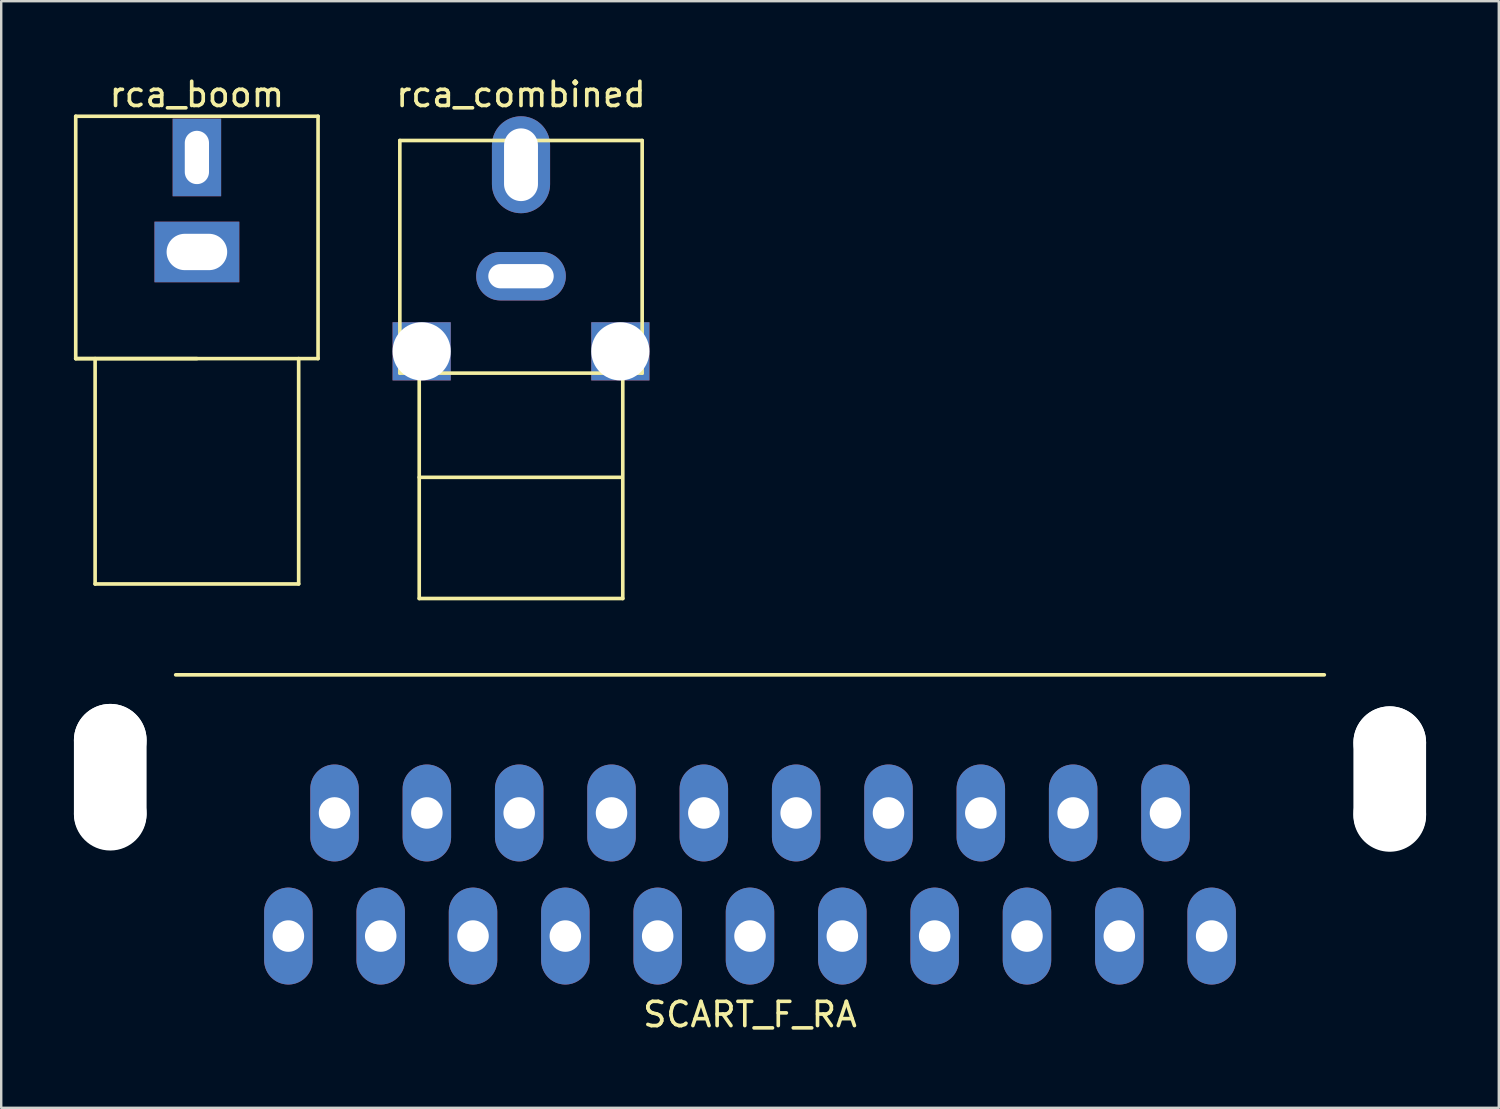
<source format=kicad_pcb>
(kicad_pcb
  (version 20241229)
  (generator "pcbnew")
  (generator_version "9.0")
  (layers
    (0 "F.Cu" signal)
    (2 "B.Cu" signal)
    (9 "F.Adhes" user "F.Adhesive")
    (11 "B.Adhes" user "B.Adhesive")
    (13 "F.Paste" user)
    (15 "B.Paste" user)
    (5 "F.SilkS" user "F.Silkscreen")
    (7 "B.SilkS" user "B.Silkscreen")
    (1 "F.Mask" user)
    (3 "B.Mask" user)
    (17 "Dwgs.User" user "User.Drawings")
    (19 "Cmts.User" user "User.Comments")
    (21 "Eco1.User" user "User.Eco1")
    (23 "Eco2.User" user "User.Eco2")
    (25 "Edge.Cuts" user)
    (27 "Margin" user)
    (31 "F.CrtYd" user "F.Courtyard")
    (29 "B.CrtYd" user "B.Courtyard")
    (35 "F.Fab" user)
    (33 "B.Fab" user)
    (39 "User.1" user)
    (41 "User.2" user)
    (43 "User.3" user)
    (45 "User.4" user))
  (footprint "SCART_F_RA"
    (layer "F.Cu")
    (at 27.9 30.498)
    (property "Reference" "SCART_F_RA" (at 0 8.319 0) (layer "F.SilkS") (effects (font (size 1 1) (thickness 0.15))))
    (attr through_hole)
    (fp_line (start -23.7 -5.7) (end 23.7 -5.7) (stroke (width 0.15) (type solid)) (layer "F.SilkS"))
    (pad "" np_thru_hole circle (at -26.4 -3) (size 3 3) (drill 3) (layers "*.Cu" "*.Mask"))
    (pad "" np_thru_hole oval (at -26.4 -1.5) (size 3 6) (drill oval 3 6) (layers "*.Cu" "*.Mask"))
    (pad "" np_thru_hole circle (at -26.4 0.05) (size 3 3) (drill 3) (layers "*.Cu" "*.Mask"))
    (pad "" np_thru_hole circle (at 26.4 -2.9) (size 3 3) (drill 3) (layers "*.Cu" "*.Mask"))
    (pad "" np_thru_hole oval (at 26.4 -1.4) (size 3 6) (drill oval 3 6) (layers "*.Cu" "*.Mask"))
    (pad "" np_thru_hole circle (at 26.4 0.05) (size 3 3) (drill 3) (layers "*.Cu" "*.Mask"))
    (pad "1" thru_hole oval (at -19.05 5.08) (size 2 4) (drill 1.3) (layers "*.Cu" "*.Mask"))
    (pad "2" thru_hole oval (at -17.145 0) (size 2 4) (drill 1.3) (layers "*.Cu" "*.Mask"))
    (pad "3" thru_hole oval (at -15.24 5.08) (size 2 4) (drill 1.3) (layers "*.Cu" "*.Mask"))
    (pad "4" thru_hole oval (at -13.335 0) (size 2 4) (drill 1.3) (layers "*.Cu" "*.Mask"))
    (pad "5" thru_hole oval (at -11.43 5.08) (size 2 4) (drill 1.3) (layers "*.Cu" "*.Mask"))
    (pad "6" thru_hole oval (at -9.525 0) (size 2 4) (drill 1.3) (layers "*.Cu" "*.Mask"))
    (pad "7" thru_hole oval (at -7.62 5.08) (size 2 4) (drill 1.3) (layers "*.Cu" "*.Mask"))
    (pad "8" thru_hole oval (at -5.715 0) (size 2 4) (drill 1.3) (layers "*.Cu" "*.Mask"))
    (pad "9" thru_hole oval (at -3.81 5.08) (size 2 4) (drill 1.3) (layers "*.Cu" "*.Mask"))
    (pad "10" thru_hole oval (at -1.905 0) (size 2 4) (drill 1.3) (layers "*.Cu" "*.Mask"))
    (pad "11" thru_hole oval (at 0 5.08) (size 2 4) (drill 1.3) (layers "*.Cu" "*.Mask"))
    (pad "12" thru_hole oval (at 1.905 0) (size 2 4) (drill 1.3) (layers "*.Cu" "*.Mask"))
    (pad "13" thru_hole oval (at 3.81 5.08) (size 2 4) (drill 1.3) (layers "*.Cu" "*.Mask"))
    (pad "14" thru_hole oval (at 5.715 0) (size 2 4) (drill 1.3) (layers "*.Cu" "*.Mask"))
    (pad "15" thru_hole oval (at 7.62 5.08) (size 2 4) (drill 1.3) (layers "*.Cu" "*.Mask"))
    (pad "16" thru_hole oval (at 9.525 0) (size 2 4) (drill 1.3) (layers "*.Cu" "*.Mask"))
    (pad "17" thru_hole oval (at 11.43 5.08) (size 2 4) (drill 1.3) (layers "*.Cu" "*.Mask"))
    (pad "18" thru_hole oval (at 13.335 0) (size 2 4) (drill 1.3) (layers "*.Cu" "*.Mask"))
    (pad "19" thru_hole oval (at 15.24 5.08) (size 2 4) (drill 1.3) (layers "*.Cu" "*.Mask"))
    (pad "20" thru_hole oval (at 17.145 0) (size 2 4) (drill 1.3) (layers "*.Cu" "*.Mask"))
    (pad "21" thru_hole oval (at 19.05 5.08) (size 2 4) (drill 1.3) (layers "*.Cu" "*.Mask")))
  (footprint "rca_boom"
    (layer "F.Cu")
    (at 5.075 7.348)
    (property "Reference" "rca_boom" (at 0 -6.5 0) (layer "F.SilkS") (effects (font (size 1 1) (thickness 0.15))))
    (attr through_hole)
    (fp_line (start -5 -5.6) (end -5 4.4) (stroke (width 0.15) (type solid)) (layer "F.SilkS"))
    (fp_line (start -5 4.4) (end 5 4.4) (stroke (width 0.15) (type solid)) (layer "F.SilkS"))
    (fp_line (start -4.2 4.4) (end -4.2 13.7) (stroke (width 0.15) (type solid)) (layer "F.SilkS"))
    (fp_line (start -4.2 13.7) (end 4.2 13.7) (stroke (width 0.15) (type solid)) (layer "F.SilkS"))
    (fp_line (start 0 4.4) (end -5 4.4) (stroke (width 0.15) (type solid)) (layer "F.SilkS"))
    (fp_line (start 4.2 13.7) (end 4.2 4.4) (stroke (width 0.15) (type solid)) (layer "F.SilkS"))
    (fp_line (start 5 -5.6) (end -5 -5.6) (stroke (width 0.15) (type solid)) (layer "F.SilkS"))
    (fp_line (start 5 4.4) (end 5 -5.6) (stroke (width 0.15) (type solid)) (layer "F.SilkS"))
    (pad "1" thru_hole rect (at 0 0) (size 3.5 2.5) (drill oval 2.5 1.5) (layers "*.Cu" "*.Mask"))
    (pad "2" thru_hole rect (at 0 -3.9) (size 2 3.2) (drill oval 1 2.2) (layers "*.Cu" "*.Mask")))
  (footprint "rca_combined"
    (layer "F.Cu")
    (at 18.45 8.348)
    (property "Reference" "rca_combined" (at 0 -7.5 0) (layer "F.SilkS") (effects (font (size 1 1) (thickness 0.15))))
    (attr through_hole)
    (fp_line (start -5 -5.6) (end -5 4) (stroke (width 0.15) (type solid)) (layer "F.SilkS"))
    (fp_line (start -5 4) (end 5 4) (stroke (width 0.15) (type solid)) (layer "F.SilkS"))
    (fp_line (start -4.2 4) (end -4.2 13.3) (stroke (width 0.15) (type solid)) (layer "F.SilkS"))
    (fp_line (start -4.2 13.3) (end 4.2 13.3) (stroke (width 0.15) (type solid)) (layer "F.SilkS"))
    (fp_line (start 4.1 8.3) (end -4.2 8.3) (stroke (width 0.15) (type solid)) (layer "F.SilkS"))
    (fp_line (start 4.2 13.3) (end 4.2 4) (stroke (width 0.15) (type solid)) (layer "F.SilkS"))
    (fp_line (start 5 -5.6) (end -5 -5.6) (stroke (width 0.15) (type solid)) (layer "F.SilkS"))
    (fp_line (start 5 4) (end 5 -5.6) (stroke (width 0.15) (type solid)) (layer "F.SilkS"))
    (pad "" np_thru_hole rect (at -4.1 3.1) (size 2.4 2.4) (drill 2.4) (layers "*.Cu" "*.Mask"))
    (pad "" np_thru_hole rect (at 4.1 3.1) (size 2.4 2.4) (drill 2.4) (layers "*.Cu" "*.Mask"))
    (pad "1" thru_hole oval (at 0 0) (size 3.7 2) (drill oval 2.7 1) (layers "*.Cu" "*.Mask"))
    (pad "2" thru_hole oval (at 0 -4.6) (size 2.4 4) (drill oval 1.4 3) (layers "*.Cu" "*.Mask")))
  (gr_rect
    (start -3 -3)
    (end 58.8 42.665)
    (stroke (width 0.1) (type default))
    (fill no)
    (layer "Edge.Cuts")))
</source>
